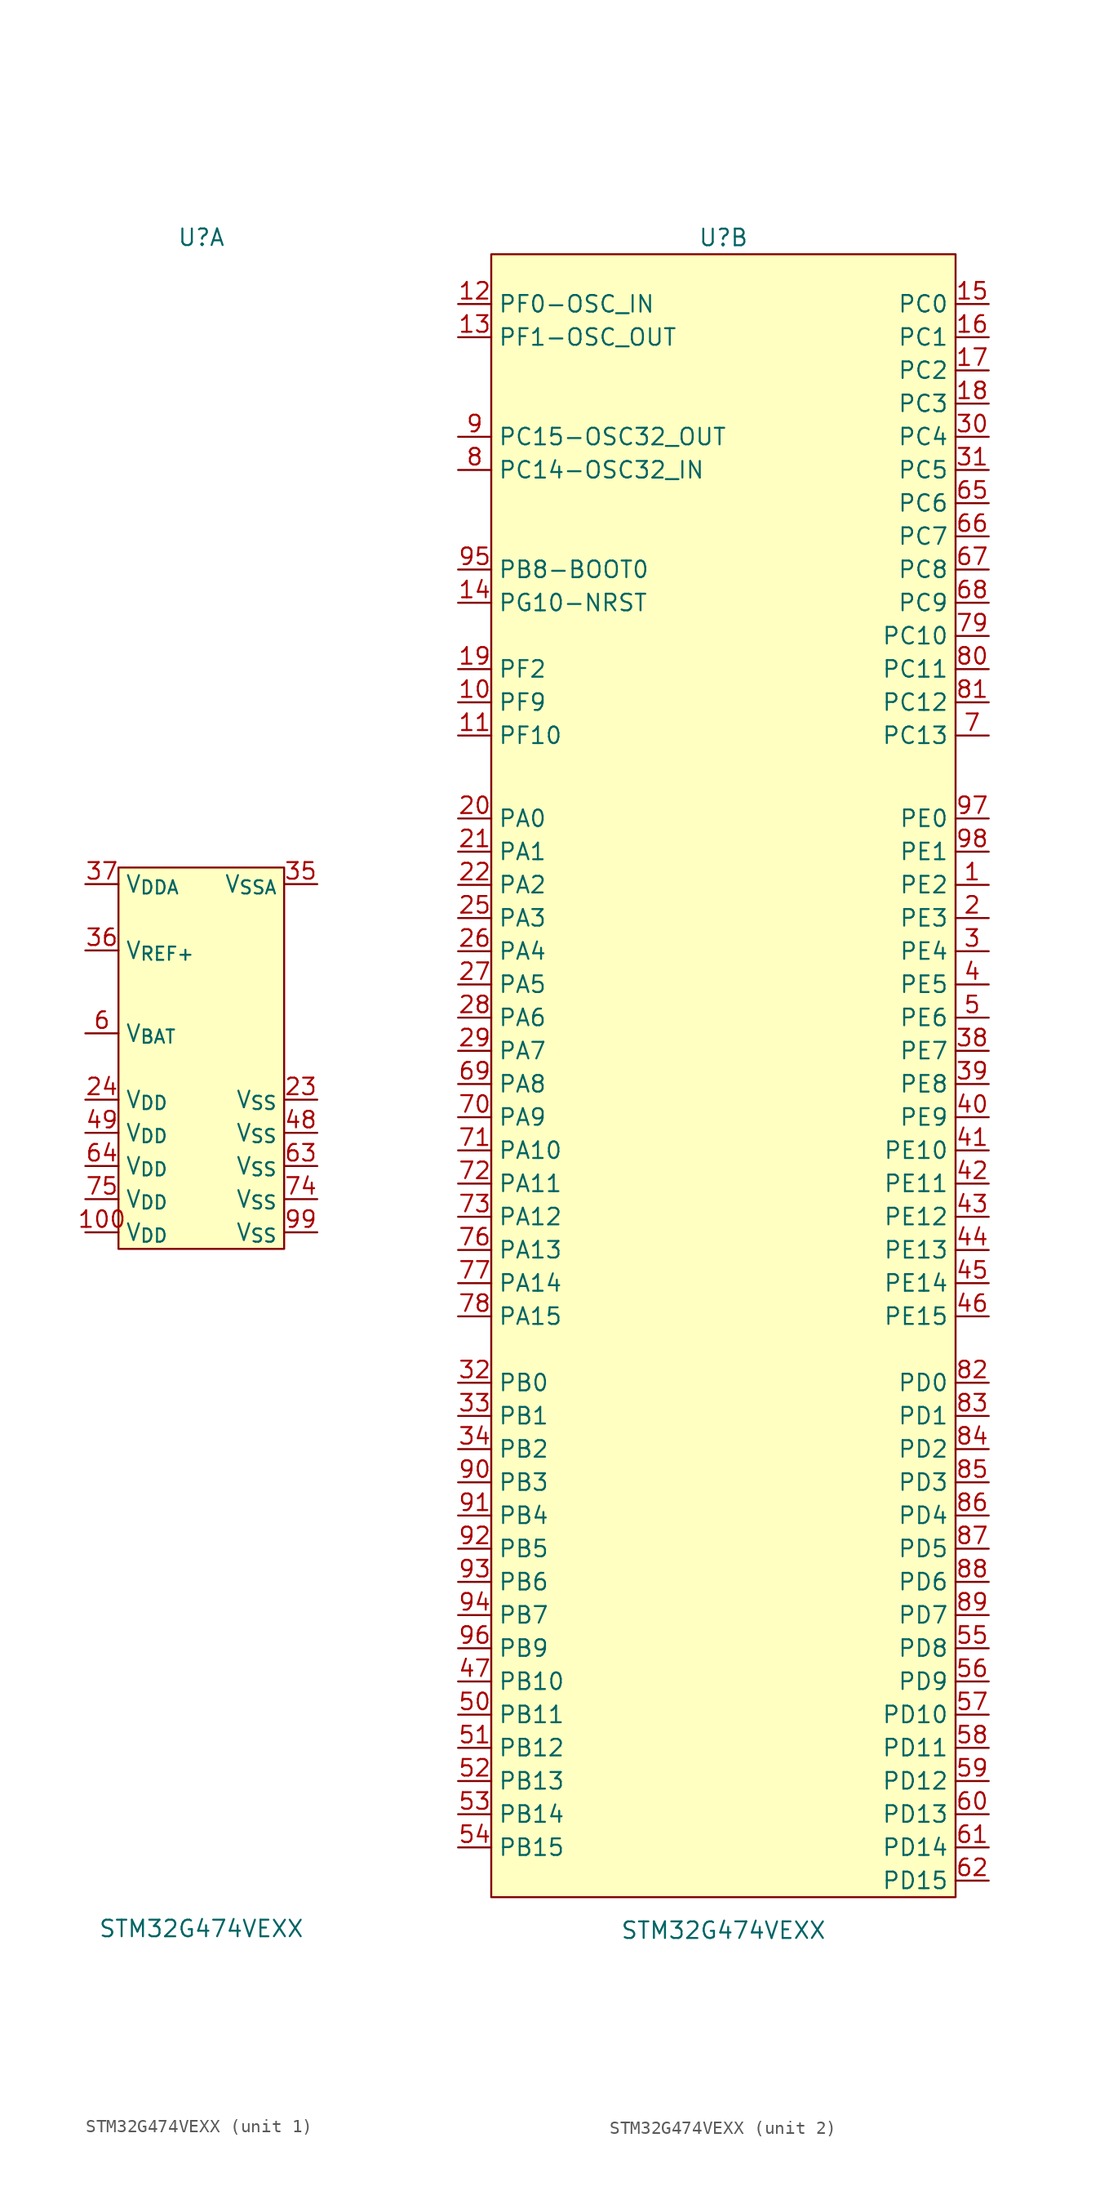
<source format=kicad_sym>
(kicad_symbol_lib
  (version 20220914)
  (generator kicad_symbol_editor)
  (symbol "STM32G474VEXX"
    (property "Reference" "U"
      (at 0 64.77 0)
      (effects (font (size 1.27 1.27))))
    (property "Value" "STM32G474VEXX"
      (at 0 -64.77 0)
      (effects (font (size 1.27 1.27))))
    (property "ki_locked" ""
      (at 0 0 0)
      (effects (font (size 1.27 1.27))))
    (symbol "STM32G474VEXX_1_1"
      (rectangle (start -6.35 16.51) (end 6.35 -12.7) (stroke (width 0) (type default)) (fill (type background)))
      (pin power_in line (at -8.89 -11.43 0) (length 2.54) (name "V_{DD}" (effects (font (size 1.27 1.27)))) (number "100" (effects (font (size 1.27 1.27)))))
      (pin power_in line (at 8.89 -1.27 180) (length 2.54) (name "V_{SS}" (effects (font (size 1.27 1.27)))) (number "23" (effects (font (size 1.27 1.27)))))
      (pin power_in line (at -8.89 -1.27 0) (length 2.54) (name "V_{DD}" (effects (font (size 1.27 1.27)))) (number "24" (effects (font (size 1.27 1.27)))))
      (pin power_in line (at 8.89 15.24 180) (length 2.54) (name "V_{SSA}" (effects (font (size 1.27 1.27)))) (number "35" (effects (font (size 1.27 1.27)))))
      (pin power_in line (at -8.89 10.16 0) (length 2.54) (name "V_{REF+}" (effects (font (size 1.27 1.27)))) (number "36" (effects (font (size 1.27 1.27)))))
      (pin power_in line (at -8.89 15.24 0) (length 2.54) (name "V_{DDA}" (effects (font (size 1.27 1.27)))) (number "37" (effects (font (size 1.27 1.27)))))
      (pin power_in line (at 8.89 -3.81 180) (length 2.54) (name "V_{SS}" (effects (font (size 1.27 1.27)))) (number "48" (effects (font (size 1.27 1.27)))))
      (pin power_in line (at -8.89 -3.81 0) (length 2.54) (name "V_{DD}" (effects (font (size 1.27 1.27)))) (number "49" (effects (font (size 1.27 1.27)))))
      (pin power_in line (at -8.89 3.81 0) (length 2.54) (name "V_{BAT}" (effects (font (size 1.27 1.27)))) (number "6" (effects (font (size 1.27 1.27)))))
      (pin power_in line (at 8.89 -6.35 180) (length 2.54) (name "V_{SS}" (effects (font (size 1.27 1.27)))) (number "63" (effects (font (size 1.27 1.27)))))
      (pin power_in line (at -8.89 -6.35 0) (length 2.54) (name "V_{DD}" (effects (font (size 1.27 1.27)))) (number "64" (effects (font (size 1.27 1.27)))))
      (pin power_in line (at 8.89 -8.89 180) (length 2.54) (name "V_{SS}" (effects (font (size 1.27 1.27)))) (number "74" (effects (font (size 1.27 1.27)))))
      (pin power_in line (at -8.89 -8.89 0) (length 2.54) (name "V_{DD}" (effects (font (size 1.27 1.27)))) (number "75" (effects (font (size 1.27 1.27)))))
      (pin power_in line (at 8.89 -11.43 180) (length 2.54) (name "V_{SS}" (effects (font (size 1.27 1.27)))) (number "99" (effects (font (size 1.27 1.27))))))
    (symbol "STM32G474VEXX_2_1"
      (rectangle (start -17.78 63.5) (end 17.78 -62.23) (stroke (width 0) (type default)) (fill (type background)))
      (pin power_in line (at 20.32 15.24 180) (length 2.54) (name "PE2" (effects (font (size 1.27 1.27)))) (number "1" (effects (font (size 1.27 1.27)))))
      (pin bidirectional line (at -20.32 29.21 0) (length 2.54) (name "PF9" (effects (font (size 1.27 1.27)))) (number "10" (effects (font (size 1.27 1.27)))))
      (pin bidirectional line (at -20.32 26.67 0) (length 2.54) (name "PF10" (effects (font (size 1.27 1.27)))) (number "11" (effects (font (size 1.27 1.27)))))
      (pin bidirectional line (at -20.32 59.69 0) (length 2.54) (name "PF0-OSC_IN" (effects (font (size 1.27 1.27)))) (number "12" (effects (font (size 1.27 1.27)))))
      (pin bidirectional line (at -20.32 57.15 0) (length 2.54) (name "PF1-OSC_OUT" (effects (font (size 1.27 1.27)))) (number "13" (effects (font (size 1.27 1.27)))))
      (pin bidirectional line (at -20.32 36.83 0) (length 2.54) (name "PG10-NRST" (effects (font (size 1.27 1.27)))) (number "14" (effects (font (size 1.27 1.27)))))
      (pin power_in line (at 20.32 59.69 180) (length 2.54) (name "PC0" (effects (font (size 1.27 1.27)))) (number "15" (effects (font (size 1.27 1.27)))))
      (pin power_in line (at 20.32 57.15 180) (length 2.54) (name "PC1" (effects (font (size 1.27 1.27)))) (number "16" (effects (font (size 1.27 1.27)))))
      (pin power_in line (at 20.32 54.61 180) (length 2.54) (name "PC2" (effects (font (size 1.27 1.27)))) (number "17" (effects (font (size 1.27 1.27)))))
      (pin power_in line (at 20.32 52.07 180) (length 2.54) (name "PC3" (effects (font (size 1.27 1.27)))) (number "18" (effects (font (size 1.27 1.27)))))
      (pin bidirectional line (at -20.32 31.75 0) (length 2.54) (name "PF2" (effects (font (size 1.27 1.27)))) (number "19" (effects (font (size 1.27 1.27)))))
      (pin power_in line (at 20.32 12.7 180) (length 2.54) (name "PE3" (effects (font (size 1.27 1.27)))) (number "2" (effects (font (size 1.27 1.27)))))
      (pin power_in line (at -20.32 20.32 0) (length 2.54) (name "PA0" (effects (font (size 1.27 1.27)))) (number "20" (effects (font (size 1.27 1.27)))))
      (pin bidirectional line (at -20.32 17.78 0) (length 2.54) (name "PA1" (effects (font (size 1.27 1.27)))) (number "21" (effects (font (size 1.27 1.27)))))
      (pin bidirectional line (at -20.32 15.24 0) (length 2.54) (name "PA2" (effects (font (size 1.27 1.27)))) (number "22" (effects (font (size 1.27 1.27)))))
      (pin bidirectional line (at -20.32 12.7 0) (length 2.54) (name "PA3" (effects (font (size 1.27 1.27)))) (number "25" (effects (font (size 1.27 1.27)))))
      (pin bidirectional line (at -20.32 10.16 0) (length 2.54) (name "PA4" (effects (font (size 1.27 1.27)))) (number "26" (effects (font (size 1.27 1.27)))))
      (pin bidirectional line (at -20.32 7.62 0) (length 2.54) (name "PA5" (effects (font (size 1.27 1.27)))) (number "27" (effects (font (size 1.27 1.27)))))
      (pin bidirectional line (at -20.32 5.08 0) (length 2.54) (name "PA6" (effects (font (size 1.27 1.27)))) (number "28" (effects (font (size 1.27 1.27)))))
      (pin bidirectional line (at -20.32 2.54 0) (length 2.54) (name "PA7" (effects (font (size 1.27 1.27)))) (number "29" (effects (font (size 1.27 1.27)))))
      (pin power_in line (at 20.32 10.16 180) (length 2.54) (name "PE4" (effects (font (size 1.27 1.27)))) (number "3" (effects (font (size 1.27 1.27)))))
      (pin power_in line (at 20.32 49.53 180) (length 2.54) (name "PC4" (effects (font (size 1.27 1.27)))) (number "30" (effects (font (size 1.27 1.27)))))
      (pin power_in line (at 20.32 46.99 180) (length 2.54) (name "PC5" (effects (font (size 1.27 1.27)))) (number "31" (effects (font (size 1.27 1.27)))))
      (pin bidirectional line (at -20.32 -22.86 0) (length 2.54) (name "PB0" (effects (font (size 1.27 1.27)))) (number "32" (effects (font (size 1.27 1.27)))))
      (pin bidirectional line (at -20.32 -25.4 0) (length 2.54) (name "PB1" (effects (font (size 1.27 1.27)))) (number "33" (effects (font (size 1.27 1.27)))))
      (pin bidirectional line (at -20.32 -27.94 0) (length 2.54) (name "PB2" (effects (font (size 1.27 1.27)))) (number "34" (effects (font (size 1.27 1.27)))))
      (pin power_in line (at 20.32 2.54 180) (length 2.54) (name "PE7" (effects (font (size 1.27 1.27)))) (number "38" (effects (font (size 1.27 1.27)))))
      (pin power_in line (at 20.32 0 180) (length 2.54) (name "PE8" (effects (font (size 1.27 1.27)))) (number "39" (effects (font (size 1.27 1.27)))))
      (pin power_in line (at 20.32 7.62 180) (length 2.54) (name "PE5" (effects (font (size 1.27 1.27)))) (number "4" (effects (font (size 1.27 1.27)))))
      (pin power_in line (at 20.32 -2.54 180) (length 2.54) (name "PE9" (effects (font (size 1.27 1.27)))) (number "40" (effects (font (size 1.27 1.27)))))
      (pin power_in line (at 20.32 -5.08 180) (length 2.54) (name "PE10" (effects (font (size 1.27 1.27)))) (number "41" (effects (font (size 1.27 1.27)))))
      (pin power_in line (at 20.32 -7.62 180) (length 2.54) (name "PE11" (effects (font (size 1.27 1.27)))) (number "42" (effects (font (size 1.27 1.27)))))
      (pin power_in line (at 20.32 -10.16 180) (length 2.54) (name "PE12" (effects (font (size 1.27 1.27)))) (number "43" (effects (font (size 1.27 1.27)))))
      (pin power_in line (at 20.319 -12.704 180) (length 2.54) (name "PE13" (effects (font (size 1.27 1.27)))) (number "44" (effects (font (size 1.27 1.27)))))
      (pin power_in line (at 20.32 -15.24 180) (length 2.54) (name "PE14" (effects (font (size 1.27 1.27)))) (number "45" (effects (font (size 1.27 1.27)))))
      (pin power_in line (at 20.32 -17.78 180) (length 2.54) (name "PE15" (effects (font (size 1.27 1.27)))) (number "46" (effects (font (size 1.27 1.27)))))
      (pin bidirectional line (at -20.32 -45.72 0) (length 2.54) (name "PB10" (effects (font (size 1.27 1.27)))) (number "47" (effects (font (size 1.27 1.27)))))
      (pin power_in line (at 20.32 5.08 180) (length 2.54) (name "PE6" (effects (font (size 1.27 1.27)))) (number "5" (effects (font (size 1.27 1.27)))))
      (pin bidirectional line (at -20.32 -48.26 0) (length 2.54) (name "PB11" (effects (font (size 1.27 1.27)))) (number "50" (effects (font (size 1.27 1.27)))))
      (pin bidirectional line (at -20.32 -50.8 0) (length 2.54) (name "PB12" (effects (font (size 1.27 1.27)))) (number "51" (effects (font (size 1.27 1.27)))))
      (pin bidirectional line (at -20.32 -53.34 0) (length 2.54) (name "PB13" (effects (font (size 1.27 1.27)))) (number "52" (effects (font (size 1.27 1.27)))))
      (pin bidirectional line (at -20.32 -55.88 0) (length 2.54) (name "PB14" (effects (font (size 1.27 1.27)))) (number "53" (effects (font (size 1.27 1.27)))))
      (pin bidirectional line (at -20.32 -58.42 0) (length 2.54) (name "PB15" (effects (font (size 1.27 1.27)))) (number "54" (effects (font (size 1.27 1.27)))))
      (pin bidirectional line (at 20.32 -43.18 180) (length 2.54) (name "PD8" (effects (font (size 1.27 1.27)))) (number "55" (effects (font (size 1.27 1.27)))))
      (pin bidirectional line (at 20.32 -45.72 180) (length 2.54) (name "PD9" (effects (font (size 1.27 1.27)))) (number "56" (effects (font (size 1.27 1.27)))))
      (pin bidirectional line (at 20.32 -48.26 180) (length 2.54) (name "PD10" (effects (font (size 1.27 1.27)))) (number "57" (effects (font (size 1.27 1.27)))))
      (pin bidirectional line (at 20.32 -50.8 180) (length 2.54) (name "PD11" (effects (font (size 1.27 1.27)))) (number "58" (effects (font (size 1.27 1.27)))))
      (pin bidirectional line (at 20.32 -53.34 180) (length 2.54) (name "PD12" (effects (font (size 1.27 1.27)))) (number "59" (effects (font (size 1.27 1.27)))))
      (pin bidirectional line (at 20.32 -55.88 180) (length 2.54) (name "PD13" (effects (font (size 1.27 1.27)))) (number "60" (effects (font (size 1.27 1.27)))))
      (pin bidirectional line (at 20.32 -58.42 180) (length 2.54) (name "PD14" (effects (font (size 1.27 1.27)))) (number "61" (effects (font (size 1.27 1.27)))))
      (pin bidirectional line (at 20.32 -60.96 180) (length 2.54) (name "PD15" (effects (font (size 1.27 1.27)))) (number "62" (effects (font (size 1.27 1.27)))))
      (pin power_in line (at 20.32 44.45 180) (length 2.54) (name "PC6" (effects (font (size 1.27 1.27)))) (number "65" (effects (font (size 1.27 1.27)))))
      (pin power_in line (at 20.32 41.91 180) (length 2.54) (name "PC7" (effects (font (size 1.27 1.27)))) (number "66" (effects (font (size 1.27 1.27)))))
      (pin power_in line (at 20.32 39.37 180) (length 2.54) (name "PC8" (effects (font (size 1.27 1.27)))) (number "67" (effects (font (size 1.27 1.27)))))
      (pin power_in line (at 20.32 36.83 180) (length 2.54) (name "PC9" (effects (font (size 1.27 1.27)))) (number "68" (effects (font (size 1.27 1.27)))))
      (pin bidirectional line (at -20.32 0 0) (length 2.54) (name "PA8" (effects (font (size 1.27 1.27)))) (number "69" (effects (font (size 1.27 1.27)))))
      (pin power_in line (at 20.32 26.67 180) (length 2.54) (name "PC13" (effects (font (size 1.27 1.27)))) (number "7" (effects (font (size 1.27 1.27)))))
      (pin bidirectional line (at -20.32 -2.54 0) (length 2.54) (name "PA9" (effects (font (size 1.27 1.27)))) (number "70" (effects (font (size 1.27 1.27)))))
      (pin bidirectional line (at -20.32 -5.08 0) (length 2.54) (name "PA10" (effects (font (size 1.27 1.27)))) (number "71" (effects (font (size 1.27 1.27)))))
      (pin bidirectional line (at -20.32 -7.62 0) (length 2.54) (name "PA11" (effects (font (size 1.27 1.27)))) (number "72" (effects (font (size 1.27 1.27)))))
      (pin bidirectional line (at -20.32 -10.16 0) (length 2.54) (name "PA12" (effects (font (size 1.27 1.27)))) (number "73" (effects (font (size 1.27 1.27)))))
      (pin bidirectional line (at -20.32 -12.7 0) (length 2.54) (name "PA13" (effects (font (size 1.27 1.27)))) (number "76" (effects (font (size 1.27 1.27)))))
      (pin bidirectional line (at -20.32 -15.24 0) (length 2.54) (name "PA14" (effects (font (size 1.27 1.27)))) (number "77" (effects (font (size 1.27 1.27)))))
      (pin bidirectional line (at -20.32 -17.78 0) (length 2.54) (name "PA15" (effects (font (size 1.27 1.27)))) (number "78" (effects (font (size 1.27 1.27)))))
      (pin power_in line (at 20.32 34.29 180) (length 2.54) (name "PC10" (effects (font (size 1.27 1.27)))) (number "79" (effects (font (size 1.27 1.27)))))
      (pin power_in line (at -20.32 46.99 0) (length 2.54) (name "PC14-OSC32_IN" (effects (font (size 1.27 1.27)))) (number "8" (effects (font (size 1.27 1.27)))))
      (pin power_in line (at 20.32 31.75 180) (length 2.54) (name "PC11" (effects (font (size 1.27 1.27)))) (number "80" (effects (font (size 1.27 1.27)))))
      (pin power_in line (at 20.32 29.21 180) (length 2.54) (name "PC12" (effects (font (size 1.27 1.27)))) (number "81" (effects (font (size 1.27 1.27)))))
      (pin bidirectional line (at 20.32 -22.86 180) (length 2.54) (name "PD0" (effects (font (size 1.27 1.27)))) (number "82" (effects (font (size 1.27 1.27)))))
      (pin bidirectional line (at 20.32 -25.4 180) (length 2.54) (name "PD1" (effects (font (size 1.27 1.27)))) (number "83" (effects (font (size 1.27 1.27)))))
      (pin bidirectional line (at 20.32 -27.94 180) (length 2.54) (name "PD2" (effects (font (size 1.27 1.27)))) (number "84" (effects (font (size 1.27 1.27)))))
      (pin bidirectional line (at 20.32 -30.48 180) (length 2.54) (name "PD3" (effects (font (size 1.27 1.27)))) (number "85" (effects (font (size 1.27 1.27)))))
      (pin bidirectional line (at 20.32 -33.02 180) (length 2.54) (name "PD4" (effects (font (size 1.27 1.27)))) (number "86" (effects (font (size 1.27 1.27)))))
      (pin bidirectional line (at 20.32 -35.56 180) (length 2.54) (name "PD5" (effects (font (size 1.27 1.27)))) (number "87" (effects (font (size 1.27 1.27)))))
      (pin bidirectional line (at 20.32 -38.1 180) (length 2.54) (name "PD6" (effects (font (size 1.27 1.27)))) (number "88" (effects (font (size 1.27 1.27)))))
      (pin bidirectional line (at 20.32 -40.64 180) (length 2.54) (name "PD7" (effects (font (size 1.27 1.27)))) (number "89" (effects (font (size 1.27 1.27)))))
      (pin power_in line (at -20.32 49.53 0) (length 2.54) (name "PC15-OSC32_OUT" (effects (font (size 1.27 1.27)))) (number "9" (effects (font (size 1.27 1.27)))))
      (pin bidirectional line (at -20.32 -30.48 0) (length 2.54) (name "PB3" (effects (font (size 1.27 1.27)))) (number "90" (effects (font (size 1.27 1.27)))))
      (pin bidirectional line (at -20.32 -33.02 0) (length 2.54) (name "PB4" (effects (font (size 1.27 1.27)))) (number "91" (effects (font (size 1.27 1.27)))))
      (pin bidirectional line (at -20.32 -35.56 0) (length 2.54) (name "PB5" (effects (font (size 1.27 1.27)))) (number "92" (effects (font (size 1.27 1.27)))))
      (pin bidirectional line (at -20.32 -38.1 0) (length 2.54) (name "PB6" (effects (font (size 1.27 1.27)))) (number "93" (effects (font (size 1.27 1.27)))))
      (pin bidirectional line (at -20.32 -40.64 0) (length 2.54) (name "PB7" (effects (font (size 1.27 1.27)))) (number "94" (effects (font (size 1.27 1.27)))))
      (pin bidirectional line (at -20.32 39.37 0) (length 2.54) (name "PB8-BOOT0" (effects (font (size 1.27 1.27)))) (number "95" (effects (font (size 1.27 1.27)))))
      (pin bidirectional line (at -20.32 -43.18 0) (length 2.54) (name "PB9" (effects (font (size 1.27 1.27)))) (number "96" (effects (font (size 1.27 1.27)))))
      (pin power_in line (at 20.32 20.32 180) (length 2.54) (name "PE0" (effects (font (size 1.27 1.27)))) (number "97" (effects (font (size 1.27 1.27)))))
      (pin power_in line (at 20.32 17.78 180) (length 2.54) (name "PE1" (effects (font (size 1.27 1.27)))) (number "98" (effects (font (size 1.27 1.27))))))))
</source>
